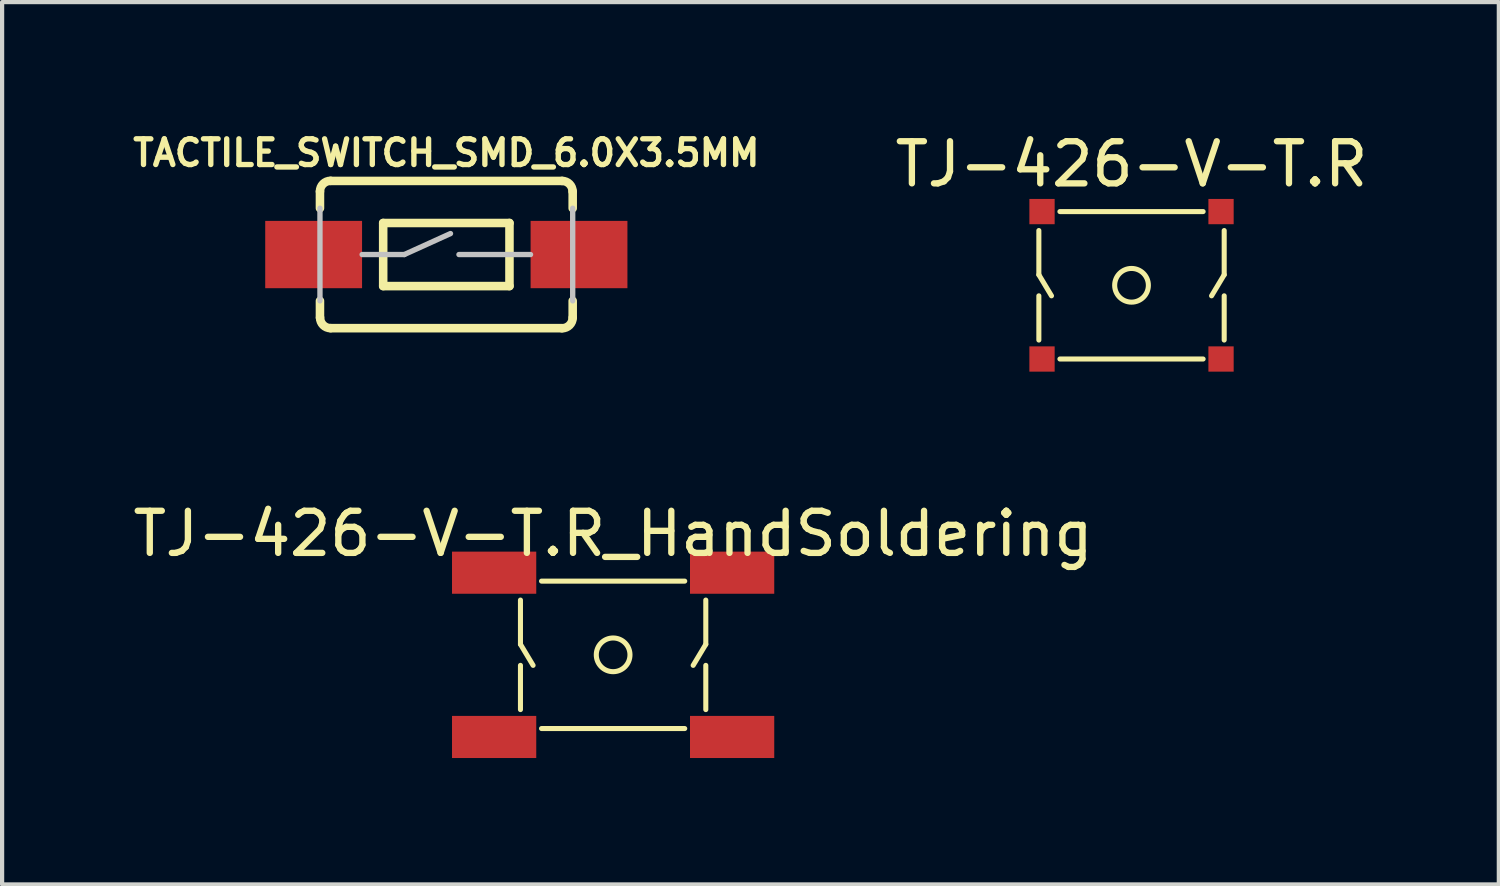
<source format=kicad_pcb>
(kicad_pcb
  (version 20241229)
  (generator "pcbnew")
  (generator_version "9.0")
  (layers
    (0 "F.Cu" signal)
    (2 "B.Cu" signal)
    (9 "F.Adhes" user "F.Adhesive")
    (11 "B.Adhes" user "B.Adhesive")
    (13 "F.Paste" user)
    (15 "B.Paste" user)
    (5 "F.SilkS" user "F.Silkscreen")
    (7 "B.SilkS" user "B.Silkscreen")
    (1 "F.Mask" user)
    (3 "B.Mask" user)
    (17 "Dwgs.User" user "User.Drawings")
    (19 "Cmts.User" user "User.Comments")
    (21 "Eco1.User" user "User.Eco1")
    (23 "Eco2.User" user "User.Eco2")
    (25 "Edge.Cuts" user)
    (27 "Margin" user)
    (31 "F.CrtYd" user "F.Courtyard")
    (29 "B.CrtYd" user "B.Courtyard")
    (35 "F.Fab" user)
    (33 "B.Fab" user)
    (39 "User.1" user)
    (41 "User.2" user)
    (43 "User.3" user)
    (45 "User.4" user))
  (footprint "TACTILE_SWITCH_SMD_6.0X3.5MM"
    (layer "F.Cu")
    (at 7.546 2.993)
    (property "Reference" "TACTILE_SWITCH_SMD_6.0X3.5MM" (at 0 -2.413 0) (layer "F.SilkS") (effects (font (size 0.61 0.61) (thickness 0.127))))
    (attr smd)
    (fp_line (start -3 -1.1) (end -3 -1.499) (stroke (width 0.203) (type solid)) (layer "F.SilkS"))
    (fp_line (start -3 1.499) (end -3 1.1) (stroke (width 0.203) (type solid)) (layer "F.SilkS"))
    (fp_line (start -2.748 -1.748) (end 2.748 -1.748) (stroke (width 0.203) (type solid)) (layer "F.SilkS"))
    (fp_line (start -1.499 -0.749) (end 1.499 -0.749) (stroke (width 0.203) (type solid)) (layer "F.SilkS"))
    (fp_line (start -1.499 0.749) (end -1.499 -0.749) (stroke (width 0.203) (type solid)) (layer "F.SilkS"))
    (fp_line (start 1.499 0.749) (end -1.499 0.749) (stroke (width 0.203) (type solid)) (layer "F.SilkS"))
    (fp_line (start 1.499 0.749) (end 1.499 -0.749) (stroke (width 0.203) (type solid)) (layer "F.SilkS"))
    (fp_line (start 2.748 1.748) (end -2.748 1.748) (stroke (width 0.203) (type solid)) (layer "F.SilkS"))
    (fp_line (start 3 -1.1) (end 3 -1.499) (stroke (width 0.203) (type solid)) (layer "F.SilkS"))
    (fp_line (start 3 1.499) (end 3 1.1) (stroke (width 0.203) (type solid)) (layer "F.SilkS"))
    (fp_arc (start -2.99974 -1.4986) (mid -2.926089 -1.676409) (end -2.74828 -1.75006) (stroke (width 0.2032) (type solid)) (layer "F.SilkS"))
    (fp_arc (start -2.74828 1.74752) (mid -2.924293 1.674613) (end -2.9972 1.4986) (stroke (width 0.2032) (type solid)) (layer "F.SilkS"))
    (fp_arc (start 2.74828 -1.74752) (mid 2.924293 -1.674613) (end 2.9972 -1.4986) (stroke (width 0.2032) (type solid)) (layer "F.SilkS"))
    (fp_arc (start 2.99974 1.4986) (mid 2.926089 1.676409) (end 2.74828 1.75006) (stroke (width 0.2032) (type solid)) (layer "F.SilkS"))
    (fp_line (start -3 -1.1) (end -3 1.1) (stroke (width 0.127) (type solid)) (layer "Dwgs.User"))
    (fp_line (start -1.999 0) (end -0.998 0) (stroke (width 0.127) (type solid)) (layer "Dwgs.User"))
    (fp_line (start -0.998 0) (end 0.099 -0.498) (stroke (width 0.127) (type solid)) (layer "Dwgs.User"))
    (fp_line (start 0.3 0) (end 1.999 0) (stroke (width 0.127) (type solid)) (layer "Dwgs.User"))
    (fp_line (start 3 -1.1) (end 3 1.1) (stroke (width 0.127) (type solid)) (layer "Dwgs.User"))
    (pad "1" smd rect (at -3.15 0 180) (size 2.299 1.598) (layers "F.Cu" "F.Mask" "F.Paste"))
    (pad "2" smd rect (at 3.15 0 180) (size 2.299 1.598) (layers "F.Cu" "F.Mask" "F.Paste")))
  (footprint "TJ-426-V-T.R_HandSoldering"
    (layer "F.Cu")
    (at 11.506 12.496)
    (property "Reference" "TJ-426-V-T.R_HandSoldering" (at 0 -2.875 0) (layer "F.SilkS") (effects (font (size 1 1) (thickness 0.15))))
    (attr through_hole)
    (fp_line (start -2.2 -1.3) (end -2.2 -0.25) (stroke (width 0.12) (type solid)) (layer "F.SilkS"))
    (fp_line (start -2.2 -0.25) (end -1.9 0.25) (stroke (width 0.12) (type solid)) (layer "F.SilkS"))
    (fp_line (start -2.2 0.25) (end -2.2 1.3) (stroke (width 0.12) (type solid)) (layer "F.SilkS"))
    (fp_line (start -1.7 -1.75) (end 1.7 -1.75) (stroke (width 0.12) (type solid)) (layer "F.SilkS"))
    (fp_line (start -1.7 1.75) (end 1.7 1.75) (stroke (width 0.12) (type solid)) (layer "F.SilkS"))
    (fp_line (start 2.2 -0.25) (end 1.9 0.25) (stroke (width 0.12) (type solid)) (layer "F.SilkS"))
    (fp_line (start 2.2 -0.25) (end 2.2 -1.3) (stroke (width 0.12) (type solid)) (layer "F.SilkS"))
    (fp_line (start 2.2 1.3) (end 2.2 0.25) (stroke (width 0.12) (type solid)) (layer "F.SilkS"))
    (fp_circle (center 0 0) (end 0.4 0) (stroke (width 0.12) (type solid)) (fill no) (layer "F.SilkS"))
    (pad "1" smd rect (at -2.825 -1.95) (size 2 1) (layers "F.Cu" "F.Mask" "F.Paste"))
    (pad "2" smd rect (at 2.825 -1.95) (size 2 1) (layers "F.Cu" "F.Mask" "F.Paste"))
    (pad "3" smd rect (at -2.825 1.95) (size 2 1) (layers "F.Cu" "F.Mask" "F.Paste"))
    (pad "4" smd rect (at 2.825 1.95) (size 2 1) (layers "F.Cu" "F.Mask" "F.Paste")))
  (footprint "TJ-426-V-T.R"
    (layer "F.Cu")
    (at 23.813 3.723)
    (property "Reference" "TJ-426-V-T.R" (at 0 -2.875 0) (layer "F.SilkS") (effects (font (size 1 1) (thickness 0.15))))
    (attr through_hole)
    (fp_line (start -2.2 -1.3) (end -2.2 -0.25) (stroke (width 0.12) (type solid)) (layer "F.SilkS"))
    (fp_line (start -2.2 -0.25) (end -1.9 0.25) (stroke (width 0.12) (type solid)) (layer "F.SilkS"))
    (fp_line (start -2.2 0.25) (end -2.2 1.3) (stroke (width 0.12) (type solid)) (layer "F.SilkS"))
    (fp_line (start -1.7 -1.75) (end 1.7 -1.75) (stroke (width 0.12) (type solid)) (layer "F.SilkS"))
    (fp_line (start -1.7 1.75) (end 1.7 1.75) (stroke (width 0.12) (type solid)) (layer "F.SilkS"))
    (fp_line (start 2.2 -0.25) (end 1.9 0.25) (stroke (width 0.12) (type solid)) (layer "F.SilkS"))
    (fp_line (start 2.2 -0.25) (end 2.2 -1.3) (stroke (width 0.12) (type solid)) (layer "F.SilkS"))
    (fp_line (start 2.2 1.3) (end 2.2 0.25) (stroke (width 0.12) (type solid)) (layer "F.SilkS"))
    (fp_circle (center 0 0) (end 0.4 0) (stroke (width 0.12) (type solid)) (fill no) (layer "F.SilkS"))
    (pad "1" smd rect (at -2.125 -1.75) (size 0.6 0.6) (layers "F.Cu" "F.Mask" "F.Paste"))
    (pad "2" smd rect (at 2.125 -1.75) (size 0.6 0.6) (layers "F.Cu" "F.Mask" "F.Paste"))
    (pad "3" smd rect (at -2.125 1.75) (size 0.6 0.6) (layers "F.Cu" "F.Mask" "F.Paste"))
    (pad "4" smd rect (at 2.125 1.75) (size 0.6 0.6) (layers "F.Cu" "F.Mask" "F.Paste")))
  (gr_rect
    (start -3 -3)
    (end 32.533 17.947)
    (stroke (width 0.1) (type default))
    (fill no)
    (layer "Edge.Cuts")))
</source>
